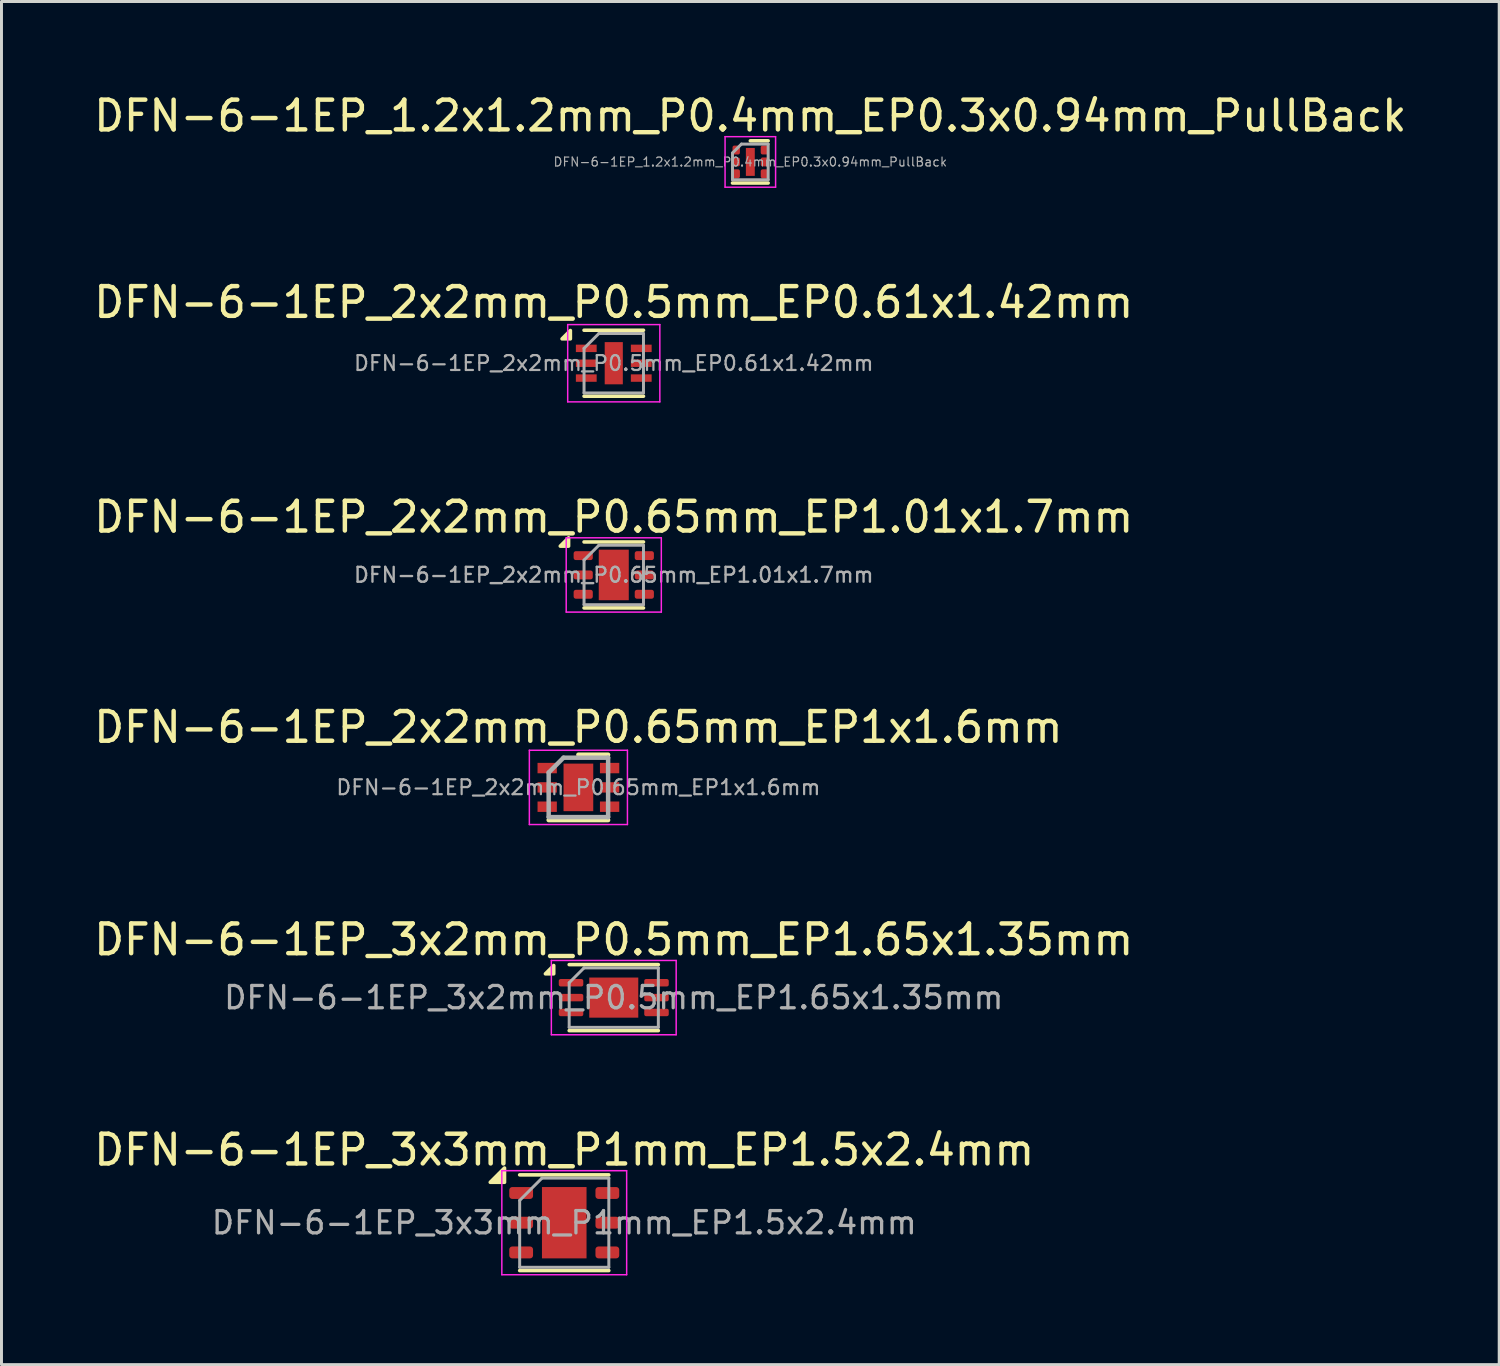
<source format=kicad_pcb>
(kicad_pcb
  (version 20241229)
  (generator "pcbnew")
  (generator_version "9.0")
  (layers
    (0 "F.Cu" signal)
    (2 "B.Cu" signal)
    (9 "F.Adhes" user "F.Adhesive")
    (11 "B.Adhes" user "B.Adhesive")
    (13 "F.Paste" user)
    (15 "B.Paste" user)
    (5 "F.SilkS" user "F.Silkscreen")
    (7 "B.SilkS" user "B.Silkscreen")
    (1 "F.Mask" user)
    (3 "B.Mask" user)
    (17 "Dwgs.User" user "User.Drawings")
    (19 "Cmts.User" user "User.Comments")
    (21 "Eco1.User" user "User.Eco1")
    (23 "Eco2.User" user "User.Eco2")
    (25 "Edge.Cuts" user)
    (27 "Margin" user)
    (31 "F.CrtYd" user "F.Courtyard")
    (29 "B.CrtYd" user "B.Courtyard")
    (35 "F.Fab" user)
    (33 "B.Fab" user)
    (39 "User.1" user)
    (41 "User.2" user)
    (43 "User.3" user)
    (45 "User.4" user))
  (footprint "DFN-6-1EP_3x2mm_P0.5mm_EP1.65x1.35mm"
    (layer "F.Cu")
    (at 17.601 30.516)
    (property "Reference" "DFN-6-1EP_3x2mm_P0.5mm_EP1.65x1.35mm" (at 0 -1.95 0) (layer "F.SilkS") (effects (font (size 1 1) (thickness 0.15))))
    (attr smd)
    (fp_line (start -1.5 -1.11) (end 1.5 -1.11) (stroke (width 0.12) (type solid)) (layer "F.SilkS"))
    (fp_line (start -1.5 1.11) (end 1.5 1.11) (stroke (width 0.12) (type solid)) (layer "F.SilkS"))
    (fp_poly (pts (xy -2.02 -0.8) (xy -2.3 -0.8) (xy -2.02 -1.08) (xy -2.02 -0.8)) (stroke (width 0.12) (type solid)) (fill yes) (layer "F.SilkS"))
    (fp_line (start -2.1 -1.25) (end -2.1 1.25) (stroke (width 0.05) (type solid)) (layer "F.CrtYd"))
    (fp_line (start -2.1 1.25) (end 2.1 1.25) (stroke (width 0.05) (type solid)) (layer "F.CrtYd"))
    (fp_line (start 2.1 -1.25) (end -2.1 -1.25) (stroke (width 0.05) (type solid)) (layer "F.CrtYd"))
    (fp_line (start 2.1 1.25) (end 2.1 -1.25) (stroke (width 0.05) (type solid)) (layer "F.CrtYd"))
    (fp_line (start -1.5 -0.5) (end -1 -1) (stroke (width 0.1) (type solid)) (layer "F.Fab"))
    (fp_line (start -1.5 1) (end -1.5 -0.5) (stroke (width 0.1) (type solid)) (layer "F.Fab"))
    (fp_line (start -1 -1) (end 1.5 -1) (stroke (width 0.1) (type solid)) (layer "F.Fab"))
    (fp_line (start 1.5 -1) (end 1.5 1) (stroke (width 0.1) (type solid)) (layer "F.Fab"))
    (fp_line (start 1.5 1) (end -1.5 1) (stroke (width 0.1) (type solid)) (layer "F.Fab"))
    (fp_text user "${REFERENCE}" (at 0 0 0) (layer "F.Fab") (effects (font (size 0.75 0.75) (thickness 0.11))))
    (pad "" smd roundrect (at -0.41 -0.34) (size 0.67 0.54) (layers "F.Paste") (roundrect_rratio 0.25))
    (pad "" smd roundrect (at -0.41 0.34) (size 0.67 0.54) (layers "F.Paste") (roundrect_rratio 0.25))
    (pad "" smd roundrect (at 0.41 -0.34) (size 0.67 0.54) (layers "F.Paste") (roundrect_rratio 0.25))
    (pad "" smd roundrect (at 0.41 0.34) (size 0.67 0.54) (layers "F.Paste") (roundrect_rratio 0.25))
    (pad "1" smd roundrect (at -1.438 -0.5) (size 0.825 0.25) (layers "F.Cu" "F.Mask" "F.Paste") (roundrect_rratio 0.25))
    (pad "2" smd roundrect (at -1.438 0) (size 0.825 0.25) (layers "F.Cu" "F.Mask" "F.Paste") (roundrect_rratio 0.25))
    (pad "3" smd roundrect (at -1.438 0.5) (size 0.825 0.25) (layers "F.Cu" "F.Mask" "F.Paste") (roundrect_rratio 0.25))
    (pad "4" smd roundrect (at 1.438 0.5) (size 0.825 0.25) (layers "F.Cu" "F.Mask" "F.Paste") (roundrect_rratio 0.25))
    (pad "5" smd roundrect (at 1.438 0) (size 0.825 0.25) (layers "F.Cu" "F.Mask" "F.Paste") (roundrect_rratio 0.25))
    (pad "6" smd roundrect (at 1.438 -0.5) (size 0.825 0.25) (layers "F.Cu" "F.Mask" "F.Paste") (roundrect_rratio 0.25))
    (pad "7" smd rect (at 0 0) (size 1.65 1.35) (property pad_prop_heatsink) (layers "F.Cu" "F.Mask")))
  (footprint "DFN-6-1EP_2x2mm_P0.65mm_EP1.01x1.7mm"
    (layer "F.Cu")
    (at 17.601 16.295)
    (property "Reference" "DFN-6-1EP_2x2mm_P0.65mm_EP1.01x1.7mm" (at 0 -1.95 0) (layer "F.SilkS") (effects (font (size 1 1) (thickness 0.15))))
    (attr smd)
    (fp_line (start -1 -1.11) (end 1 -1.11) (stroke (width 0.12) (type solid)) (layer "F.SilkS"))
    (fp_line (start -1 1.11) (end 1 1.11) (stroke (width 0.12) (type solid)) (layer "F.SilkS"))
    (fp_poly (pts (xy -1.52 -0.97) (xy -1.8 -0.97) (xy -1.52 -1.25) (xy -1.52 -0.97)) (stroke (width 0.12) (type solid)) (fill yes) (layer "F.SilkS"))
    (fp_line (start -1.6 -1.25) (end -1.6 1.25) (stroke (width 0.05) (type solid)) (layer "F.CrtYd"))
    (fp_line (start -1.6 1.25) (end 1.6 1.25) (stroke (width 0.05) (type solid)) (layer "F.CrtYd"))
    (fp_line (start 1.6 -1.25) (end -1.6 -1.25) (stroke (width 0.05) (type solid)) (layer "F.CrtYd"))
    (fp_line (start 1.6 1.25) (end 1.6 -1.25) (stroke (width 0.05) (type solid)) (layer "F.CrtYd"))
    (fp_line (start -1 -0.5) (end -0.5 -1) (stroke (width 0.1) (type solid)) (layer "F.Fab"))
    (fp_line (start -1 1) (end -1 -0.5) (stroke (width 0.1) (type solid)) (layer "F.Fab"))
    (fp_line (start -0.5 -1) (end 1 -1) (stroke (width 0.1) (type solid)) (layer "F.Fab"))
    (fp_line (start 1 -1) (end 1 1) (stroke (width 0.1) (type solid)) (layer "F.Fab"))
    (fp_line (start 1 1) (end -1 1) (stroke (width 0.1) (type solid)) (layer "F.Fab"))
    (fp_text user "${REFERENCE}" (at 0 0 0) (layer "F.Fab") (effects (font (size 0.5 0.5) (thickness 0.08))))
    (pad "" smd roundrect (at 0 -0.425) (size 0.81 0.69) (layers "F.Paste") (roundrect_rratio 0.25))
    (pad "" smd roundrect (at 0 0.425) (size 0.81 0.69) (layers "F.Paste") (roundrect_rratio 0.25))
    (pad "1" smd roundrect (at -1.028 -0.65) (size 0.645 0.3) (layers "F.Cu" "F.Mask" "F.Paste") (roundrect_rratio 0.25))
    (pad "2" smd roundrect (at -1.028 0) (size 0.645 0.3) (layers "F.Cu" "F.Mask" "F.Paste") (roundrect_rratio 0.25))
    (pad "3" smd roundrect (at -1.028 0.65) (size 0.645 0.3) (layers "F.Cu" "F.Mask" "F.Paste") (roundrect_rratio 0.25))
    (pad "4" smd roundrect (at 1.028 0.65) (size 0.645 0.3) (layers "F.Cu" "F.Mask" "F.Paste") (roundrect_rratio 0.25))
    (pad "5" smd roundrect (at 1.028 0) (size 0.645 0.3) (layers "F.Cu" "F.Mask" "F.Paste") (roundrect_rratio 0.25))
    (pad "6" smd roundrect (at 1.028 -0.65) (size 0.645 0.3) (layers "F.Cu" "F.Mask" "F.Paste") (roundrect_rratio 0.25))
    (pad "7" smd rect (at 0 0) (size 1.01 1.7) (property pad_prop_heatsink) (layers "F.Cu" "F.Mask")))
  (footprint "DFN-6-1EP_2x2mm_P0.65mm_EP1x1.6mm"
    (layer "F.Cu")
    (at 16.411 23.443)
    (property "Reference" "DFN-6-1EP_2x2mm_P0.65mm_EP1x1.6mm" (at 0 -2.025 0) (layer "F.SilkS") (effects (font (size 1 1) (thickness 0.15))))
    (attr smd)
    (fp_line (start -1 1.1) (end 1 1.1) (stroke (width 0.15) (type solid)) (layer "F.SilkS"))
    (fp_line (start 0 -1.1) (end 1 -1.1) (stroke (width 0.15) (type solid)) (layer "F.SilkS"))
    (fp_line (start -1.65 -1.25) (end -1.65 1.25) (stroke (width 0.05) (type solid)) (layer "F.CrtYd"))
    (fp_line (start -1.65 -1.25) (end 1.65 -1.25) (stroke (width 0.05) (type solid)) (layer "F.CrtYd"))
    (fp_line (start -1.65 1.25) (end 1.65 1.25) (stroke (width 0.05) (type solid)) (layer "F.CrtYd"))
    (fp_line (start 1.65 -1.25) (end 1.65 1.25) (stroke (width 0.05) (type solid)) (layer "F.CrtYd"))
    (fp_line (start -1 -0.5) (end -0.5 -1) (stroke (width 0.15) (type solid)) (layer "F.Fab"))
    (fp_line (start -1 1) (end -1 -0.5) (stroke (width 0.15) (type solid)) (layer "F.Fab"))
    (fp_line (start -0.5 -1) (end 1 -1) (stroke (width 0.15) (type solid)) (layer "F.Fab"))
    (fp_line (start 1 -1) (end 1 1) (stroke (width 0.15) (type solid)) (layer "F.Fab"))
    (fp_line (start 1 1) (end -1 1) (stroke (width 0.15) (type solid)) (layer "F.Fab"))
    (fp_text user "${REFERENCE}" (at 0 0 0) (layer "F.Fab") (effects (font (size 0.5 0.5) (thickness 0.075))))
    (pad "" smd rect (at 0 -0.4) (size 0.82 0.63) (layers "F.Paste"))
    (pad "" smd rect (at 0 0.4) (size 0.82 0.63) (layers "F.Paste"))
    (pad "1" smd rect (at -1.05 -0.65) (size 0.65 0.35) (layers "F.Cu" "F.Mask" "F.Paste"))
    (pad "2" smd rect (at -1.05 0) (size 0.65 0.35) (layers "F.Cu" "F.Mask" "F.Paste"))
    (pad "3" smd rect (at -1.05 0.65) (size 0.65 0.35) (layers "F.Cu" "F.Mask" "F.Paste"))
    (pad "4" smd rect (at 1.05 0.65) (size 0.65 0.35) (layers "F.Cu" "F.Mask" "F.Paste"))
    (pad "5" smd rect (at 1.05 0) (size 0.65 0.35) (layers "F.Cu" "F.Mask" "F.Paste"))
    (pad "6" smd rect (at 1.05 -0.65) (size 0.65 0.35) (layers "F.Cu" "F.Mask" "F.Paste"))
    (pad "7" smd rect (at 0 0) (size 1 1.6) (layers "F.Cu" "F.Mask")))
  (footprint "DFN-6-1EP_1.2x1.2mm_P0.4mm_EP0.3x0.94mm_PullBack"
    (layer "F.Cu")
    (at 22.196 2.398)
    (property "Reference" "DFN-6-1EP_1.2x1.2mm_P0.4mm_EP0.3x0.94mm_PullBack" (at 0 -1.55 0) (layer "F.SilkS") (effects (font (size 1 1) (thickness 0.15))))
    (attr smd)
    (fp_line (start -0.6 0.71) (end 0.6 0.71) (stroke (width 0.12) (type solid)) (layer "F.SilkS"))
    (fp_line (start 0 -0.71) (end 0.6 -0.71) (stroke (width 0.12) (type solid)) (layer "F.SilkS"))
    (fp_line (start -0.85 -0.85) (end -0.85 0.85) (stroke (width 0.05) (type solid)) (layer "F.CrtYd"))
    (fp_line (start -0.85 0.85) (end 0.85 0.85) (stroke (width 0.05) (type solid)) (layer "F.CrtYd"))
    (fp_line (start 0.85 -0.85) (end -0.85 -0.85) (stroke (width 0.05) (type solid)) (layer "F.CrtYd"))
    (fp_line (start 0.85 0.85) (end 0.85 -0.85) (stroke (width 0.05) (type solid)) (layer "F.CrtYd"))
    (fp_line (start -0.6 -0.3) (end -0.3 -0.6) (stroke (width 0.1) (type solid)) (layer "F.Fab"))
    (fp_line (start -0.6 0.6) (end -0.6 -0.3) (stroke (width 0.1) (type solid)) (layer "F.Fab"))
    (fp_line (start -0.3 -0.6) (end 0.6 -0.6) (stroke (width 0.1) (type solid)) (layer "F.Fab"))
    (fp_line (start 0.6 -0.6) (end 0.6 0.6) (stroke (width 0.1) (type solid)) (layer "F.Fab"))
    (fp_line (start 0.6 0.6) (end -0.6 0.6) (stroke (width 0.1) (type solid)) (layer "F.Fab"))
    (fp_text user "${REFERENCE}" (at 0 0 0) (layer "F.Fab") (effects (font (size 0.3 0.3) (thickness 0.04))))
    (pad "" smd roundrect (at 0 -0.235) (size 0.24 0.38) (layers "F.Paste") (roundrect_rratio 0.25))
    (pad "" smd roundrect (at 0 0.235) (size 0.24 0.38) (layers "F.Paste") (roundrect_rratio 0.25))
    (pad "1" smd roundrect (at -0.475 -0.4) (size 0.25 0.3) (layers "F.Cu" "F.Mask" "F.Paste") (roundrect_rratio 0.25))
    (pad "2" smd roundrect (at -0.475 0) (size 0.25 0.3) (layers "F.Cu" "F.Mask" "F.Paste") (roundrect_rratio 0.25))
    (pad "3" smd roundrect (at -0.475 0.4) (size 0.25 0.3) (layers "F.Cu" "F.Mask" "F.Paste") (roundrect_rratio 0.25))
    (pad "4" smd roundrect (at 0.475 0.4) (size 0.25 0.3) (layers "F.Cu" "F.Mask" "F.Paste") (roundrect_rratio 0.25))
    (pad "5" smd roundrect (at 0.475 0) (size 0.25 0.3) (layers "F.Cu" "F.Mask" "F.Paste") (roundrect_rratio 0.25))
    (pad "6" smd roundrect (at 0.475 -0.4) (size 0.25 0.3) (layers "F.Cu" "F.Mask" "F.Paste") (roundrect_rratio 0.25))
    (pad "7" smd rect (at 0 0) (size 0.3 0.94) (layers "F.Cu" "F.Mask")))
  (footprint "DFN-6-1EP_3x3mm_P1mm_EP1.5x2.4mm"
    (layer "F.Cu")
    (at 15.935 38.09)
    (property "Reference" "DFN-6-1EP_3x3mm_P1mm_EP1.5x2.4mm" (at 0 -2.45 0) (layer "F.SilkS") (effects (font (size 1 1) (thickness 0.15))))
    (attr smd)
    (fp_line (start -1.5 -1.61) (end 1.5 -1.61) (stroke (width 0.12) (type solid)) (layer "F.SilkS"))
    (fp_line (start -1.5 1.61) (end 1.5 1.61) (stroke (width 0.12) (type solid)) (layer "F.SilkS"))
    (fp_poly (pts (xy -2.01 -1.36) (xy -2.49 -1.36) (xy -2.01 -1.84) (xy -2.01 -1.36)) (stroke (width 0.12) (type solid)) (fill yes) (layer "F.SilkS"))
    (fp_line (start -2.1 -1.75) (end -2.1 1.75) (stroke (width 0.05) (type solid)) (layer "F.CrtYd"))
    (fp_line (start -2.1 1.75) (end 2.1 1.75) (stroke (width 0.05) (type solid)) (layer "F.CrtYd"))
    (fp_line (start 2.1 -1.75) (end -2.1 -1.75) (stroke (width 0.05) (type solid)) (layer "F.CrtYd"))
    (fp_line (start 2.1 1.75) (end 2.1 -1.75) (stroke (width 0.05) (type solid)) (layer "F.CrtYd"))
    (fp_line (start -1.5 -0.75) (end -0.75 -1.5) (stroke (width 0.1) (type solid)) (layer "F.Fab"))
    (fp_line (start -1.5 1.5) (end -1.5 -0.75) (stroke (width 0.1) (type solid)) (layer "F.Fab"))
    (fp_line (start -0.75 -1.5) (end 1.5 -1.5) (stroke (width 0.1) (type solid)) (layer "F.Fab"))
    (fp_line (start 1.5 -1.5) (end 1.5 1.5) (stroke (width 0.1) (type solid)) (layer "F.Fab"))
    (fp_line (start 1.5 1.5) (end -1.5 1.5) (stroke (width 0.1) (type solid)) (layer "F.Fab"))
    (fp_text user "${REFERENCE}" (at 0 0 0) (layer "F.Fab") (effects (font (size 0.75 0.75) (thickness 0.11))))
    (pad "" smd roundrect (at -0.375 -0.6) (size 0.6 0.97) (layers "F.Paste") (roundrect_rratio 0.25))
    (pad "" smd roundrect (at -0.375 0.6) (size 0.6 0.97) (layers "F.Paste") (roundrect_rratio 0.25))
    (pad "" smd roundrect (at 0.375 -0.6) (size 0.6 0.97) (layers "F.Paste") (roundrect_rratio 0.25))
    (pad "" smd roundrect (at 0.375 0.6) (size 0.6 0.97) (layers "F.Paste") (roundrect_rratio 0.25))
    (pad "1" smd roundrect (at -1.45 -1) (size 0.8 0.4) (layers "F.Cu" "F.Mask" "F.Paste") (roundrect_rratio 0.25))
    (pad "2" smd roundrect (at -1.45 0) (size 0.8 0.4) (layers "F.Cu" "F.Mask" "F.Paste") (roundrect_rratio 0.25))
    (pad "3" smd roundrect (at -1.45 1) (size 0.8 0.4) (layers "F.Cu" "F.Mask" "F.Paste") (roundrect_rratio 0.25))
    (pad "4" smd roundrect (at 1.45 1) (size 0.8 0.4) (layers "F.Cu" "F.Mask" "F.Paste") (roundrect_rratio 0.25))
    (pad "5" smd roundrect (at 1.45 0) (size 0.8 0.4) (layers "F.Cu" "F.Mask" "F.Paste") (roundrect_rratio 0.25))
    (pad "6" smd roundrect (at 1.45 -1) (size 0.8 0.4) (layers "F.Cu" "F.Mask" "F.Paste") (roundrect_rratio 0.25))
    (pad "7" smd rect (at 0 0) (size 1.5 2.4) (property pad_prop_heatsink) (layers "F.Cu" "F.Mask")))
  (footprint "DFN-6-1EP_2x2mm_P0.5mm_EP0.61x1.42mm"
    (layer "F.Cu")
    (at 17.601 9.171)
    (property "Reference" "DFN-6-1EP_2x2mm_P0.5mm_EP0.61x1.42mm" (at 0 -2.05 0) (layer "F.SilkS") (effects (font (size 1 1) (thickness 0.15))))
    (attr smd)
    (fp_line (start -1 -1.11) (end 1 -1.11) (stroke (width 0.12) (type solid)) (layer "F.SilkS"))
    (fp_line (start -1 1.11) (end 1 1.11) (stroke (width 0.12) (type solid)) (layer "F.SilkS"))
    (fp_poly (pts (xy -1.46 -0.82) (xy -1.74 -0.82) (xy -1.46 -1.1) (xy -1.46 -0.82)) (stroke (width 0.12) (type solid)) (fill yes) (layer "F.SilkS"))
    (fp_line (start -1.55 -1.3) (end -1.55 1.3) (stroke (width 0.05) (type solid)) (layer "F.CrtYd"))
    (fp_line (start -1.55 -1.3) (end 1.55 -1.3) (stroke (width 0.05) (type solid)) (layer "F.CrtYd"))
    (fp_line (start -1.55 1.3) (end 1.55 1.3) (stroke (width 0.05) (type solid)) (layer "F.CrtYd"))
    (fp_line (start 1.55 -1.3) (end 1.55 1.3) (stroke (width 0.05) (type solid)) (layer "F.CrtYd"))
    (fp_line (start -1 -0.5) (end -0.5 -1) (stroke (width 0.1) (type solid)) (layer "F.Fab"))
    (fp_line (start -1 1) (end -1 -0.5) (stroke (width 0.1) (type solid)) (layer "F.Fab"))
    (fp_line (start -0.5 -1) (end 1 -1) (stroke (width 0.1) (type solid)) (layer "F.Fab"))
    (fp_line (start 1 -1) (end 1 1) (stroke (width 0.1) (type solid)) (layer "F.Fab"))
    (fp_line (start 1 1) (end -1 1) (stroke (width 0.1) (type solid)) (layer "F.Fab"))
    (fp_text user "${REFERENCE}" (at 0 0 0) (layer "F.Fab") (effects (font (size 0.5 0.5) (thickness 0.075))))
    (pad "" smd rect (at 0 -0.355) (size 0.5 0.56) (layers "F.Paste"))
    (pad "" smd rect (at 0 0.355) (size 0.5 0.56) (layers "F.Paste"))
    (pad "1" smd rect (at -0.925 -0.5) (size 0.7 0.25) (layers "F.Cu" "F.Mask" "F.Paste"))
    (pad "2" smd rect (at -0.925 0) (size 0.7 0.25) (layers "F.Cu" "F.Mask" "F.Paste"))
    (pad "3" smd rect (at -0.925 0.5) (size 0.7 0.25) (layers "F.Cu" "F.Mask" "F.Paste"))
    (pad "4" smd rect (at 0.925 0.5) (size 0.7 0.25) (layers "F.Cu" "F.Mask" "F.Paste"))
    (pad "5" smd rect (at 0.925 0) (size 0.7 0.25) (layers "F.Cu" "F.Mask" "F.Paste"))
    (pad "6" smd rect (at 0.925 -0.5) (size 0.7 0.25) (layers "F.Cu" "F.Mask" "F.Paste"))
    (pad "7" smd rect (at 0 0) (size 0.61 1.42) (layers "F.Cu" "F.Mask")))
  (gr_rect
    (start -3 -3)
    (end 47.393 42.864)
    (stroke (width 0.1) (type default))
    (fill no)
    (layer "Edge.Cuts")))
</source>
